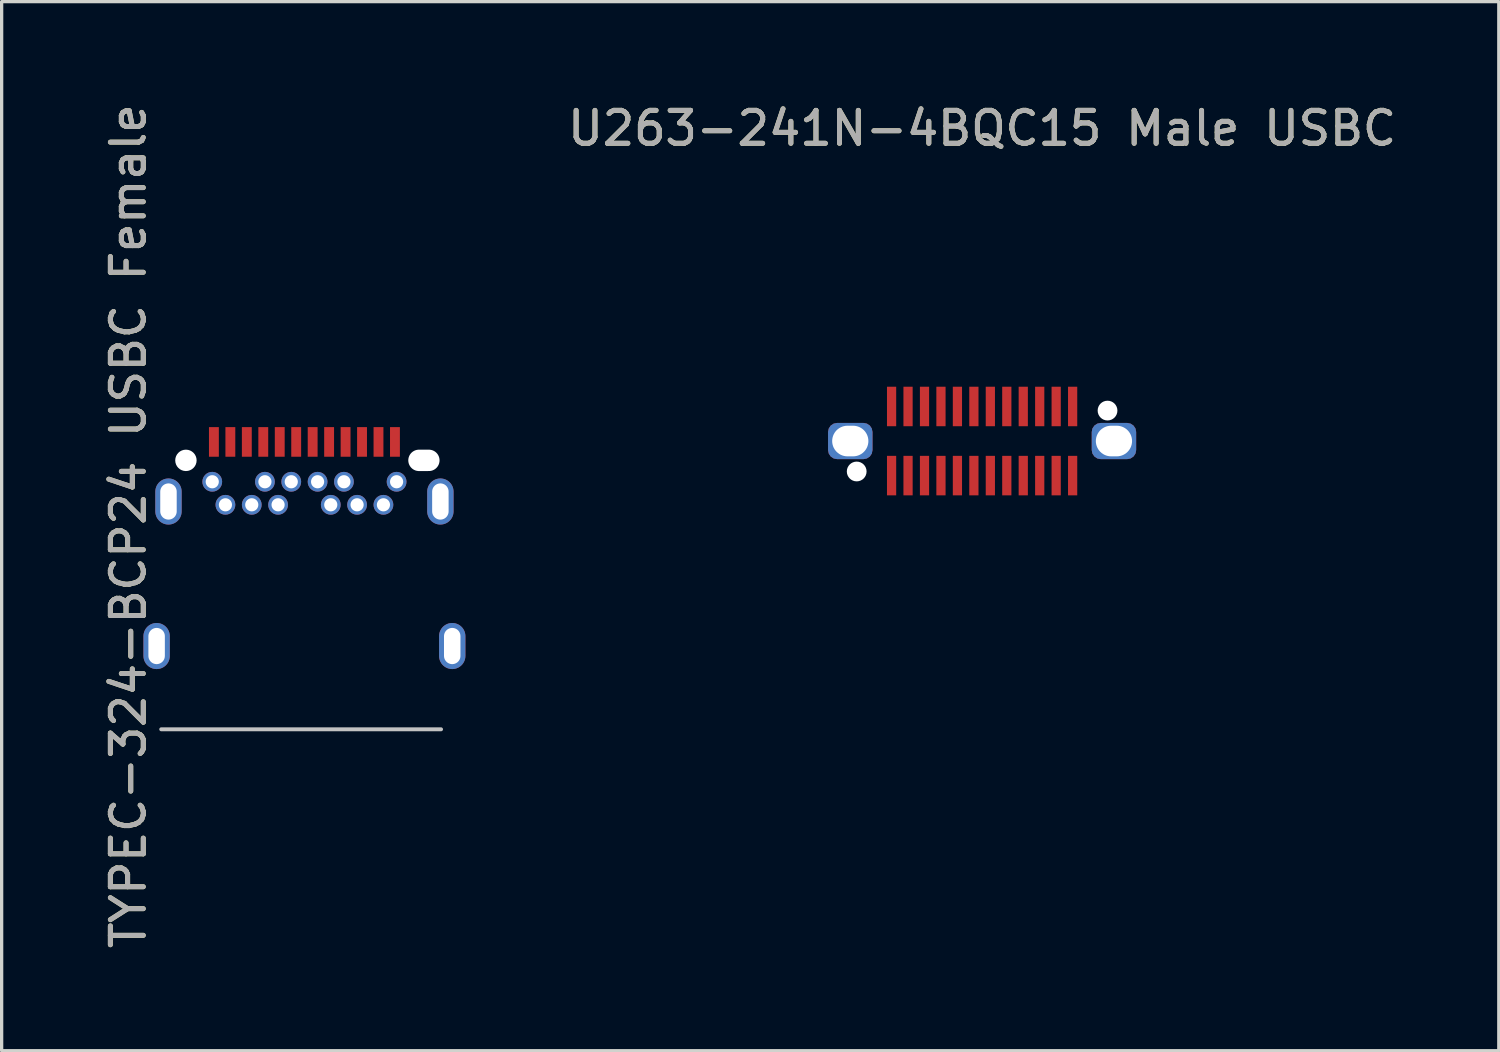
<source format=kicad_pcb>
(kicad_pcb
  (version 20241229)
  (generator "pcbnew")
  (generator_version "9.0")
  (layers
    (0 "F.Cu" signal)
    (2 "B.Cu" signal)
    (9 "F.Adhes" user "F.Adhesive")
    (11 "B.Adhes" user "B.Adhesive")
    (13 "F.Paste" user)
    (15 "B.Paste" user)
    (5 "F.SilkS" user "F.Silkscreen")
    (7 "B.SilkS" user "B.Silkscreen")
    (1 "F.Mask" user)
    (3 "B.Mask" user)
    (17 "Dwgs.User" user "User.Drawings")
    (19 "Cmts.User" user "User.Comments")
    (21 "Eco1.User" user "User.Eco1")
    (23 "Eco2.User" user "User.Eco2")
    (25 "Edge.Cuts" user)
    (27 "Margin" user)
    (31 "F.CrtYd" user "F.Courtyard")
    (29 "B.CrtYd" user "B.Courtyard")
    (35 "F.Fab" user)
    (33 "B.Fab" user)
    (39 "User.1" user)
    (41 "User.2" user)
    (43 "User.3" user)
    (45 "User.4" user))
  (footprint "U263-241N-4BQC15 Male USBC"
    (layer "F.Cu")
    (at 26.785 10.348)
    (property "Reference" "U263-241N-4BQC15 Male USBC" (at 0 -9.5 0) (unlocked yes) (layer "F.SilkS") (effects (font (size 1 1) (thickness 0.15))))
    (attr smd)
    (fp_text user "${REFERENCE}" (at 0 -9.5 0) (unlocked yes) (layer "F.Fab") (effects (font (size 1 1) (thickness 0.15))))
    (pad "" np_thru_hole circle (at -3.81 0.925) (size 0.6 0.6) (drill 0.6) (layers "*.Cu" "*.Mask"))
    (pad "" np_thru_hole circle (at 3.81 -0.925) (size 0.6 0.6) (drill 0.6) (layers "*.Cu" "*.Mask"))
    (pad "A1" smd rect (at 2.75 -1.05) (size 0.28 1.2) (layers "F.Cu" "F.Mask" "F.Paste"))
    (pad "A2" smd rect (at 2.25 -1.05) (size 0.28 1.2) (layers "F.Cu" "F.Mask" "F.Paste"))
    (pad "A3" smd rect (at 1.75 -1.05) (size 0.28 1.2) (layers "F.Cu" "F.Mask" "F.Paste"))
    (pad "A4" smd rect (at 1.25 -1.05) (size 0.28 1.2) (layers "F.Cu" "F.Mask" "F.Paste"))
    (pad "A5" smd rect (at 0.75 -1.05) (size 0.28 1.2) (layers "F.Cu" "F.Mask" "F.Paste"))
    (pad "A6" smd rect (at 0.25 -1.05) (size 0.28 1.2) (layers "F.Cu" "F.Mask" "F.Paste"))
    (pad "A7" smd rect (at -0.25 -1.05) (size 0.28 1.2) (layers "F.Cu" "F.Mask" "F.Paste"))
    (pad "A8" smd rect (at -0.75 -1.05) (size 0.28 1.2) (layers "F.Cu" "F.Mask" "F.Paste"))
    (pad "A9" smd rect (at -1.25 -1.05) (size 0.28 1.2) (layers "F.Cu" "F.Mask" "F.Paste"))
    (pad "A10" smd rect (at -1.75 -1.05) (size 0.28 1.2) (layers "F.Cu" "F.Mask" "F.Paste"))
    (pad "A11" smd rect (at -2.25 -1.05) (size 0.28 1.2) (layers "F.Cu" "F.Mask" "F.Paste"))
    (pad "A12" smd rect (at -2.75 -1.05) (size 0.28 1.2) (layers "F.Cu" "F.Mask" "F.Paste"))
    (pad "B1" smd rect (at -2.75 1.05) (size 0.28 1.2) (layers "F.Cu" "F.Mask" "F.Paste"))
    (pad "B2" smd rect (at -2.25 1.05) (size 0.28 1.2) (layers "F.Cu" "F.Mask" "F.Paste"))
    (pad "B3" smd rect (at -1.75 1.05) (size 0.28 1.2) (layers "F.Cu" "F.Mask" "F.Paste"))
    (pad "B4" smd rect (at -1.25 1.05) (size 0.28 1.2) (layers "F.Cu" "F.Mask" "F.Paste"))
    (pad "B5" smd rect (at -0.75 1.05) (size 0.28 1.2) (layers "F.Cu" "F.Mask" "F.Paste"))
    (pad "B6" smd rect (at -0.25 1.05) (size 0.28 1.2) (layers "F.Cu" "F.Mask" "F.Paste"))
    (pad "B7" smd rect (at 0.25 1.05) (size 0.28 1.2) (layers "F.Cu" "F.Mask" "F.Paste"))
    (pad "B8" smd rect (at 0.75 1.05) (size 0.28 1.2) (layers "F.Cu" "F.Mask" "F.Paste"))
    (pad "B9" smd rect (at 1.25 1.05) (size 0.28 1.2) (layers "F.Cu" "F.Mask" "F.Paste"))
    (pad "B10" smd rect (at 1.75 1.05) (size 0.28 1.2) (layers "F.Cu" "F.Mask" "F.Paste"))
    (pad "B11" smd rect (at 2.25 1.05) (size 0.28 1.2) (layers "F.Cu" "F.Mask" "F.Paste"))
    (pad "B12" smd rect (at 2.75 1.05) (size 0.28 1.2) (layers "F.Cu" "F.Mask" "F.Paste"))
    (pad "S1" thru_hole roundrect (at -4.005 0) (size 1.35 1.1) (drill oval 1.1 0.93) (layers "*.Cu" "*.Mask") (roundrect_rratio 0.25))
    (pad "S1" thru_hole roundrect (at 4.005 0) (size 1.35 1.1) (drill oval 1.1 0.93) (layers "*.Cu" "*.Mask") (roundrect_rratio 0.25)))
  (footprint "TYPEC-324-BCP24 USBC Female"
    (layer "F.Cu")
    (at 2.598 10.935)
    (property "Reference" "TYPEC-324-BCP24 USBC Female" (at -1.75 2 90) (unlocked yes) (layer "F.SilkS") (effects (font (size 1 1) (thickness 0.15))))
    (attr smd)
    (fp_line (start -0.75 8.17) (end 7.75 8.17) (stroke (width 0.12) (type solid)) (layer "Dwgs.User"))
    (fp_text user "${REFERENCE}" (at -1.75 2 90) (unlocked yes) (layer "F.Fab") (effects (font (size 1 1) (thickness 0.15))))
    (pad "" np_thru_hole circle (at 0 0) (size 0.65 0.65) (drill 0.65) (layers "*.Cu" "*.Mask"))
    (pad "" np_thru_hole oval (at 7.23 0) (size 0.95 0.65) (drill oval 0.95 0.65) (layers "*.Cu" "*.Mask"))
    (pad "A1" smd rect (at 0.85 -0.56) (size 0.3 0.9) (layers "F.Cu" "F.Mask" "F.Paste"))
    (pad "A2" smd rect (at 1.35 -0.56) (size 0.3 0.9) (layers "F.Cu" "F.Mask" "F.Paste"))
    (pad "A3" smd rect (at 1.85 -0.56) (size 0.3 0.9) (layers "F.Cu" "F.Mask" "F.Paste"))
    (pad "A4" smd rect (at 2.35 -0.56) (size 0.3 0.9) (layers "F.Cu" "F.Mask" "F.Paste"))
    (pad "A5" smd rect (at 2.85 -0.56) (size 0.3 0.9) (layers "F.Cu" "F.Mask" "F.Paste"))
    (pad "A6" smd rect (at 3.35 -0.56) (size 0.3 0.9) (layers "F.Cu" "F.Mask" "F.Paste"))
    (pad "A7" smd rect (at 3.85 -0.56) (size 0.3 0.9) (layers "F.Cu" "F.Mask" "F.Paste"))
    (pad "A8" smd rect (at 4.35 -0.56) (size 0.3 0.9) (layers "F.Cu" "F.Mask" "F.Paste"))
    (pad "A9" smd rect (at 4.85 -0.56) (size 0.3 0.9) (layers "F.Cu" "F.Mask" "F.Paste"))
    (pad "A10" smd rect (at 5.35 -0.56) (size 0.3 0.9) (layers "F.Cu" "F.Mask" "F.Paste"))
    (pad "A11" smd rect (at 5.85 -0.56) (size 0.3 0.9) (layers "F.Cu" "F.Mask" "F.Paste"))
    (pad "A12" smd rect (at 6.35 -0.56) (size 0.3 0.9) (layers "F.Cu" "F.Mask" "F.Paste"))
    (pad "B1" thru_hole circle (at 6.4 0.65) (size 0.6 0.6) (drill 0.4) (layers "*.Cu" "*.Mask" "F.Paste"))
    (pad "B2" thru_hole circle (at 6 1.35) (size 0.6 0.6) (drill 0.4) (layers "*.Cu" "*.Mask" "F.Paste"))
    (pad "B3" thru_hole circle (at 5.2 1.35) (size 0.6 0.6) (drill 0.4) (layers "*.Cu" "*.Mask" "F.Paste"))
    (pad "B4" thru_hole circle (at 4.8 0.65) (size 0.6 0.6) (drill 0.4) (layers "*.Cu" "*.Mask" "F.Paste"))
    (pad "B5" thru_hole circle (at 4.4 1.35) (size 0.6 0.6) (drill 0.4) (layers "*.Cu" "*.Mask" "F.Paste"))
    (pad "B6" thru_hole circle (at 4 0.65) (size 0.6 0.6) (drill 0.4) (layers "*.Cu" "*.Mask" "F.Paste"))
    (pad "B7" thru_hole circle (at 3.2 0.65) (size 0.6 0.6) (drill 0.4) (layers "*.Cu" "*.Mask" "F.Paste"))
    (pad "B8" thru_hole circle (at 2.8 1.35) (size 0.6 0.6) (drill 0.4) (layers "*.Cu" "*.Mask" "F.Paste"))
    (pad "B9" thru_hole circle (at 2.4 0.65) (size 0.6 0.6) (drill 0.4) (layers "*.Cu" "*.Mask" "F.Paste"))
    (pad "B10" thru_hole circle (at 2 1.35) (size 0.6 0.6) (drill 0.4) (layers "*.Cu" "*.Mask" "F.Paste"))
    (pad "B11" thru_hole circle (at 1.2 1.35) (size 0.6 0.6) (drill 0.4) (layers "*.Cu" "*.Mask" "F.Paste"))
    (pad "B12" thru_hole circle (at 0.8 0.65) (size 0.6 0.6) (drill 0.4) (layers "*.Cu" "*.Mask" "F.Paste"))
    (pad "S1" thru_hole oval (at -0.89 5.64) (size 0.8 1.4) (drill oval 0.5 1.1) (layers "*.Cu" "*.Mask"))
    (pad "S1" thru_hole oval (at -0.53 1.25) (size 0.8 1.4) (drill oval 0.5 1.1) (layers "*.Cu" "*.Mask"))
    (pad "S1" thru_hole oval (at 7.73 1.25) (size 0.8 1.4) (drill oval 0.5 1.1) (layers "*.Cu" "*.Mask"))
    (pad "S1" thru_hole oval (at 8.09 5.64) (size 0.8 1.4) (drill oval 0.5 1.1) (layers "*.Cu" "*.Mask")))
  (gr_rect
    (start -3 -3)
    (end 42.481 28.869)
    (stroke (width 0.1) (type default))
    (fill no)
    (layer "Edge.Cuts")))
</source>
